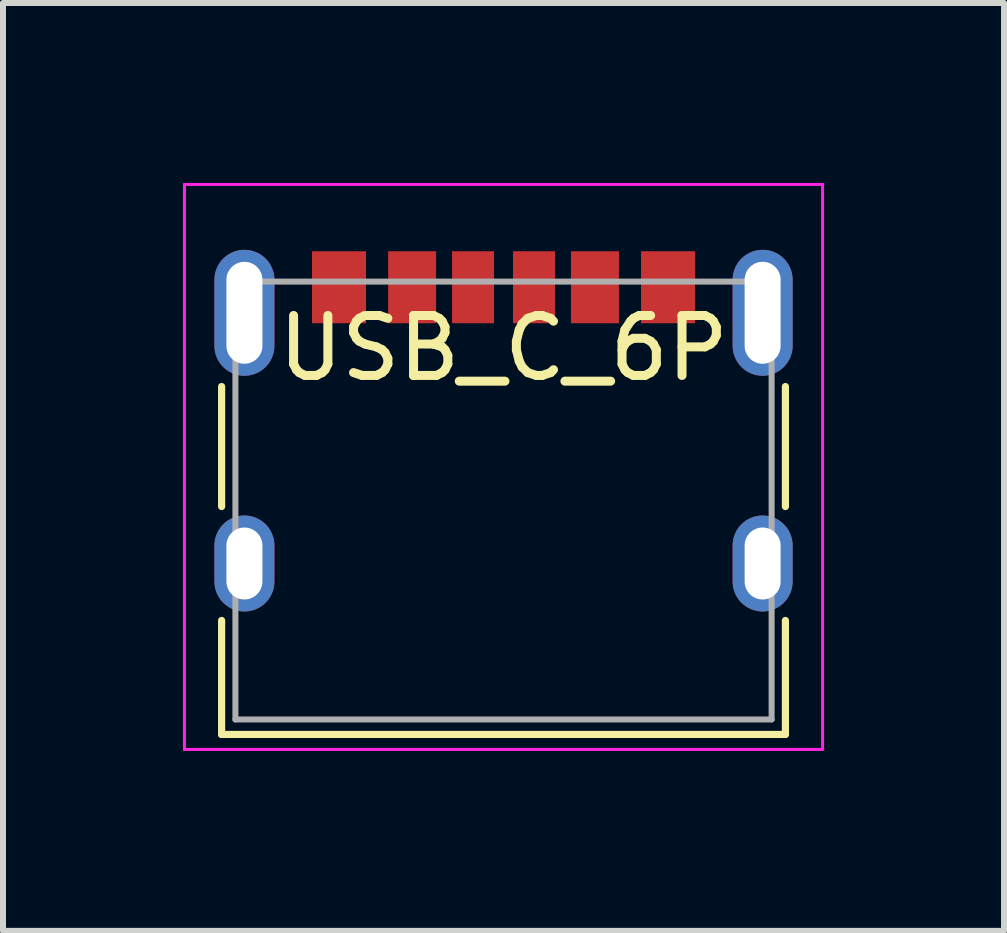
<source format=kicad_pcb>
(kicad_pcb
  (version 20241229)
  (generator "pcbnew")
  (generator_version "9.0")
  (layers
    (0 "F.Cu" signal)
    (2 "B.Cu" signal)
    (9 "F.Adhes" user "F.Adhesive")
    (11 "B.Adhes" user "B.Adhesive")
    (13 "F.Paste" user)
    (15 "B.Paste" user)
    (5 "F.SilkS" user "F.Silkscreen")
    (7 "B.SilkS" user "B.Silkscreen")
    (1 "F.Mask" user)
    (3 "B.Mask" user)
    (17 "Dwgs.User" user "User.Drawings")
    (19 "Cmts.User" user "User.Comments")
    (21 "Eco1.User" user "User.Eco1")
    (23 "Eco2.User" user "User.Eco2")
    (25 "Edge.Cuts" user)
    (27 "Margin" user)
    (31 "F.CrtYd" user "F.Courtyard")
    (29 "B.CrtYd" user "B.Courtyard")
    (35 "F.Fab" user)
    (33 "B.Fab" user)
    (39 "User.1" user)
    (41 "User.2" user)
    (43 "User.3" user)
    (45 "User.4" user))
  (footprint "USB_C_6P"
    (layer "F.Cu")
    (at 5.345 5.295)
    (property "Reference" "USB_C_6P" (at 0 -2.54 0) (unlocked yes) (layer "F.SilkS") (effects (font (size 1 1) (thickness 0.15))))
    (attr smd)
    (fp_line (start -4.7 -1.9) (end -4.7 0.1) (stroke (width 0.12) (type solid)) (layer "F.SilkS"))
    (fp_line (start -4.7 2) (end -4.7 3.9) (stroke (width 0.12) (type solid)) (layer "F.SilkS"))
    (fp_line (start -4.7 3.9) (end 4.7 3.9) (stroke (width 0.12) (type solid)) (layer "F.SilkS"))
    (fp_line (start 4.7 -1.9) (end 4.7 0.1) (stroke (width 0.12) (type solid)) (layer "F.SilkS"))
    (fp_line (start 4.7 2) (end 4.7 3.9) (stroke (width 0.12) (type solid)) (layer "F.SilkS"))
    (fp_line (start -5.32 -5.27) (end -5.32 4.15) (stroke (width 0.05) (type solid)) (layer "F.CrtYd"))
    (fp_line (start -5.32 -5.27) (end 5.32 -5.27) (stroke (width 0.05) (type solid)) (layer "F.CrtYd"))
    (fp_line (start -5.32 4.15) (end 5.32 4.15) (stroke (width 0.05) (type solid)) (layer "F.CrtYd"))
    (fp_line (start 5.32 -5.27) (end 5.32 4.15) (stroke (width 0.05) (type solid)) (layer "F.CrtYd"))
    (fp_line (start -4.47 -3.65) (end -4.47 3.65) (stroke (width 0.1) (type solid)) (layer "F.Fab"))
    (fp_line (start -4.47 -3.65) (end 4.47 -3.65) (stroke (width 0.1) (type solid)) (layer "F.Fab"))
    (fp_line (start -4.47 3.65) (end 4.47 3.65) (stroke (width 0.1) (type solid)) (layer "F.Fab"))
    (fp_line (start 4.47 -3.65) (end 4.47 3.65) (stroke (width 0.1) (type solid)) (layer "F.Fab"))
    (pad "A5" smd rect (at -0.508 -3.556) (size 0.7 1.2) (layers "F.Cu" "F.Mask" "F.Paste"))
    (pad "A9" smd rect (at 1.524 -3.556) (size 0.8 1.2) (layers "F.Cu" "F.Mask" "F.Paste"))
    (pad "A12" smd rect (at 2.743 -3.556) (size 0.9 1.2) (layers "F.Cu" "F.Mask" "F.Paste"))
    (pad "B5" smd rect (at 0.508 -3.556) (size 0.7 1.2) (layers "F.Cu" "F.Mask" "F.Paste"))
    (pad "B9" smd rect (at -1.524 -3.556) (size 0.8 1.2) (layers "F.Cu" "F.Mask" "F.Paste"))
    (pad "B12" smd rect (at -2.743 -3.556) (size 0.9 1.2) (layers "F.Cu" "F.Mask" "F.Paste"))
    (pad "S1" thru_hole oval (at -4.32 -3.13) (size 1 2.1) (drill oval 0.6 1.7) (layers "*.Cu" "*.Mask"))
    (pad "S1" thru_hole oval (at -4.32 1.05) (size 1 1.6) (drill oval 0.6 1.2) (layers "*.Cu" "*.Mask"))
    (pad "S1" thru_hole oval (at 4.32 -3.13) (size 1 2.1) (drill oval 0.6 1.7) (layers "*.Cu" "*.Mask"))
    (pad "S1" thru_hole oval (at 4.32 1.05) (size 1 1.6) (drill oval 0.6 1.2) (layers "*.Cu" "*.Mask")))
  (gr_rect
    (start -3 -3)
    (end 13.69 12.47)
    (stroke (width 0.1) (type default))
    (fill no)
    (layer "Edge.Cuts")))
</source>
